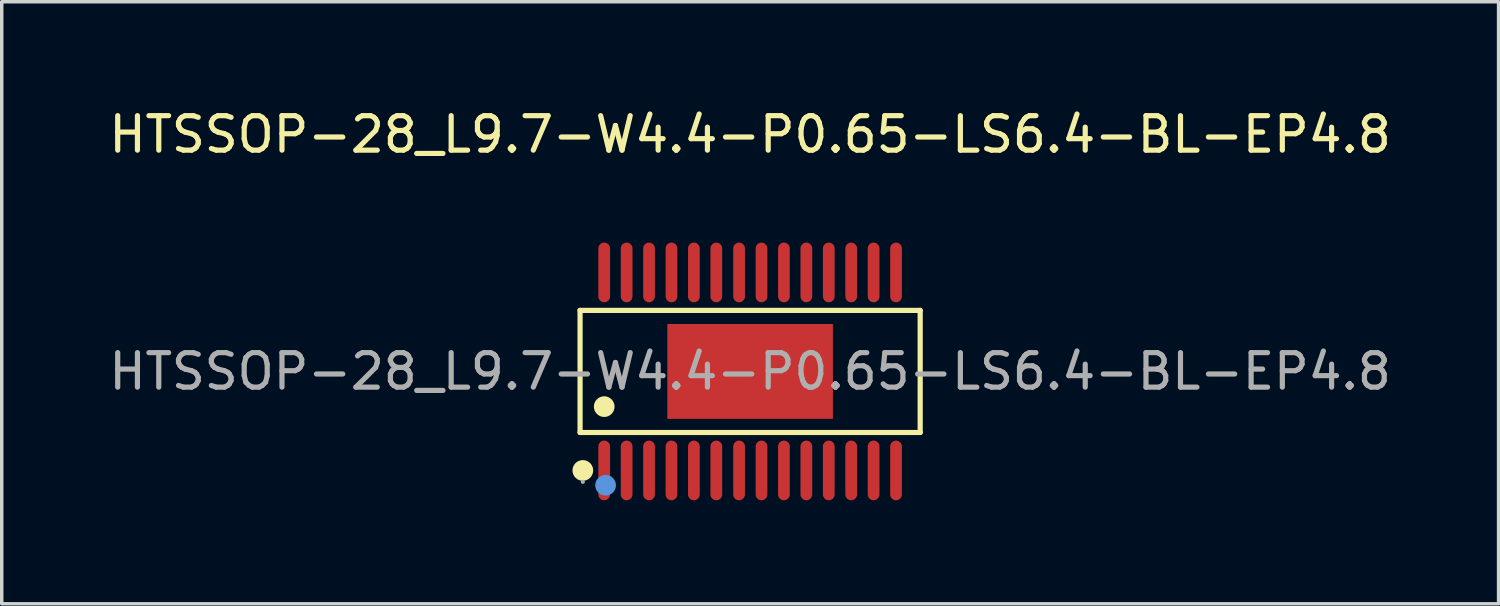
<source format=kicad_pcb>
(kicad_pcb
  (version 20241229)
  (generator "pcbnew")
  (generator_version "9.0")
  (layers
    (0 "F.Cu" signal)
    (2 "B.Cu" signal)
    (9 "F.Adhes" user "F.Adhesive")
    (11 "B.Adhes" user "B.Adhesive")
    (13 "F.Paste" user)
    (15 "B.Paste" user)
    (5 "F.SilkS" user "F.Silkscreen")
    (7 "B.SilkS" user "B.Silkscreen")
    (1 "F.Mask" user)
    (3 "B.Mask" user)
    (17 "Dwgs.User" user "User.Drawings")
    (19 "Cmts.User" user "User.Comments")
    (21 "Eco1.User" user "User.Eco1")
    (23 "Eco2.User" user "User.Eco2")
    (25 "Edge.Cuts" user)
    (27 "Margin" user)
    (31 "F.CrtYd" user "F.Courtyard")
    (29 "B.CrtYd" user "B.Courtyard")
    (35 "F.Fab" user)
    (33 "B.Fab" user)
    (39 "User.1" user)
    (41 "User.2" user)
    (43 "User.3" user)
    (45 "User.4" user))
  (footprint "HTSSOP-28_L9.7-W4.4-P0.65-LS6.4-BL-EP4.8"
    (layer "F.Cu")
    (at 18.696 7.718)
    (property "Reference" "HTSSOP-28_L9.7-W4.4-P0.65-LS6.4-BL-EP4.8" (at 0 -6.87 0) (layer "F.SilkS") (effects (font (size 1 1) (thickness 0.15))))
    (attr smd)
    (fp_line (start -4.93 -1.77) (end 4.93 -1.77) (stroke (width 0.15) (type solid)) (layer "F.SilkS"))
    (fp_line (start -4.93 1.77) (end -4.93 -1.77) (stroke (width 0.15) (type solid)) (layer "F.SilkS"))
    (fp_line (start 4.93 -1.77) (end 4.93 1.77) (stroke (width 0.15) (type solid)) (layer "F.SilkS"))
    (fp_line (start 4.93 1.77) (end -4.93 1.77) (stroke (width 0.15) (type solid)) (layer "F.SilkS"))
    (fp_circle (center -4.85 2.87) (end -4.7 2.87) (stroke (width 0.3) (type solid)) (fill no) (layer "F.SilkS"))
    (fp_circle (center -4.23 1.02) (end -4.08 1.02) (stroke (width 0.3) (type solid)) (fill no) (layer "F.SilkS"))
    (fp_circle (center -4.19 3.3) (end -4.04 3.3) (stroke (width 0.3) (type solid)) (fill no) (layer "Cmts.User"))
    (fp_circle (center -4.85 3.2) (end -4.82 3.2) (stroke (width 0.06) (type solid)) (fill no) (layer "F.Fab"))
    (fp_text user "${REFERENCE}" (at 0 0 0) (layer "F.Fab") (effects (font (size 1 1) (thickness 0.15))))
    (pad "1" smd oval (at -4.23 2.87) (size 0.34 1.73) (layers "F.Cu" "F.Mask" "F.Paste"))
    (pad "2" smd oval (at -3.58 2.87) (size 0.34 1.73) (layers "F.Cu" "F.Mask" "F.Paste"))
    (pad "3" smd oval (at -2.93 2.87) (size 0.34 1.73) (layers "F.Cu" "F.Mask" "F.Paste"))
    (pad "4" smd oval (at -2.28 2.87) (size 0.34 1.73) (layers "F.Cu" "F.Mask" "F.Paste"))
    (pad "5" smd oval (at -1.63 2.87) (size 0.34 1.73) (layers "F.Cu" "F.Mask" "F.Paste"))
    (pad "6" smd oval (at -0.98 2.87) (size 0.34 1.73) (layers "F.Cu" "F.Mask" "F.Paste"))
    (pad "7" smd oval (at -0.32 2.87) (size 0.34 1.73) (layers "F.Cu" "F.Mask" "F.Paste"))
    (pad "8" smd oval (at 0.33 2.87) (size 0.34 1.73) (layers "F.Cu" "F.Mask" "F.Paste"))
    (pad "9" smd oval (at 0.98 2.87) (size 0.34 1.73) (layers "F.Cu" "F.Mask" "F.Paste"))
    (pad "10" smd oval (at 1.63 2.87) (size 0.34 1.73) (layers "F.Cu" "F.Mask" "F.Paste"))
    (pad "11" smd oval (at 2.28 2.87) (size 0.34 1.73) (layers "F.Cu" "F.Mask" "F.Paste"))
    (pad "12" smd oval (at 2.93 2.87) (size 0.34 1.73) (layers "F.Cu" "F.Mask" "F.Paste"))
    (pad "13" smd oval (at 3.58 2.87) (size 0.34 1.73) (layers "F.Cu" "F.Mask" "F.Paste"))
    (pad "14" smd oval (at 4.23 2.87) (size 0.34 1.73) (layers "F.Cu" "F.Mask" "F.Paste"))
    (pad "15" smd oval (at 4.23 -2.87) (size 0.34 1.73) (layers "F.Cu" "F.Mask" "F.Paste"))
    (pad "16" smd oval (at 3.58 -2.87) (size 0.34 1.73) (layers "F.Cu" "F.Mask" "F.Paste"))
    (pad "17" smd oval (at 2.93 -2.87) (size 0.34 1.73) (layers "F.Cu" "F.Mask" "F.Paste"))
    (pad "18" smd oval (at 2.28 -2.87) (size 0.34 1.73) (layers "F.Cu" "F.Mask" "F.Paste"))
    (pad "19" smd oval (at 1.63 -2.87) (size 0.34 1.73) (layers "F.Cu" "F.Mask" "F.Paste"))
    (pad "20" smd oval (at 0.98 -2.87) (size 0.34 1.73) (layers "F.Cu" "F.Mask" "F.Paste"))
    (pad "21" smd oval (at 0.33 -2.87) (size 0.34 1.73) (layers "F.Cu" "F.Mask" "F.Paste"))
    (pad "22" smd oval (at -0.32 -2.87) (size 0.34 1.73) (layers "F.Cu" "F.Mask" "F.Paste"))
    (pad "23" smd oval (at -0.98 -2.87) (size 0.34 1.73) (layers "F.Cu" "F.Mask" "F.Paste"))
    (pad "24" smd oval (at -1.63 -2.87) (size 0.34 1.73) (layers "F.Cu" "F.Mask" "F.Paste"))
    (pad "25" smd oval (at -2.28 -2.87) (size 0.34 1.73) (layers "F.Cu" "F.Mask" "F.Paste"))
    (pad "26" smd oval (at -2.93 -2.87) (size 0.34 1.73) (layers "F.Cu" "F.Mask" "F.Paste"))
    (pad "27" smd oval (at -3.58 -2.87) (size 0.34 1.73) (layers "F.Cu" "F.Mask" "F.Paste"))
    (pad "28" smd oval (at -4.23 -2.87) (size 0.34 1.73) (layers "F.Cu" "F.Mask" "F.Paste"))
    (pad "29" smd rect (at 0 0) (size 4.8 2.75) (layers "F.Cu" "F.Mask" "F.Paste")))
  (gr_rect
    (start -3 -3)
    (end 40.393 14.453)
    (stroke (width 0.1) (type default))
    (fill no)
    (layer "Edge.Cuts")))
</source>
